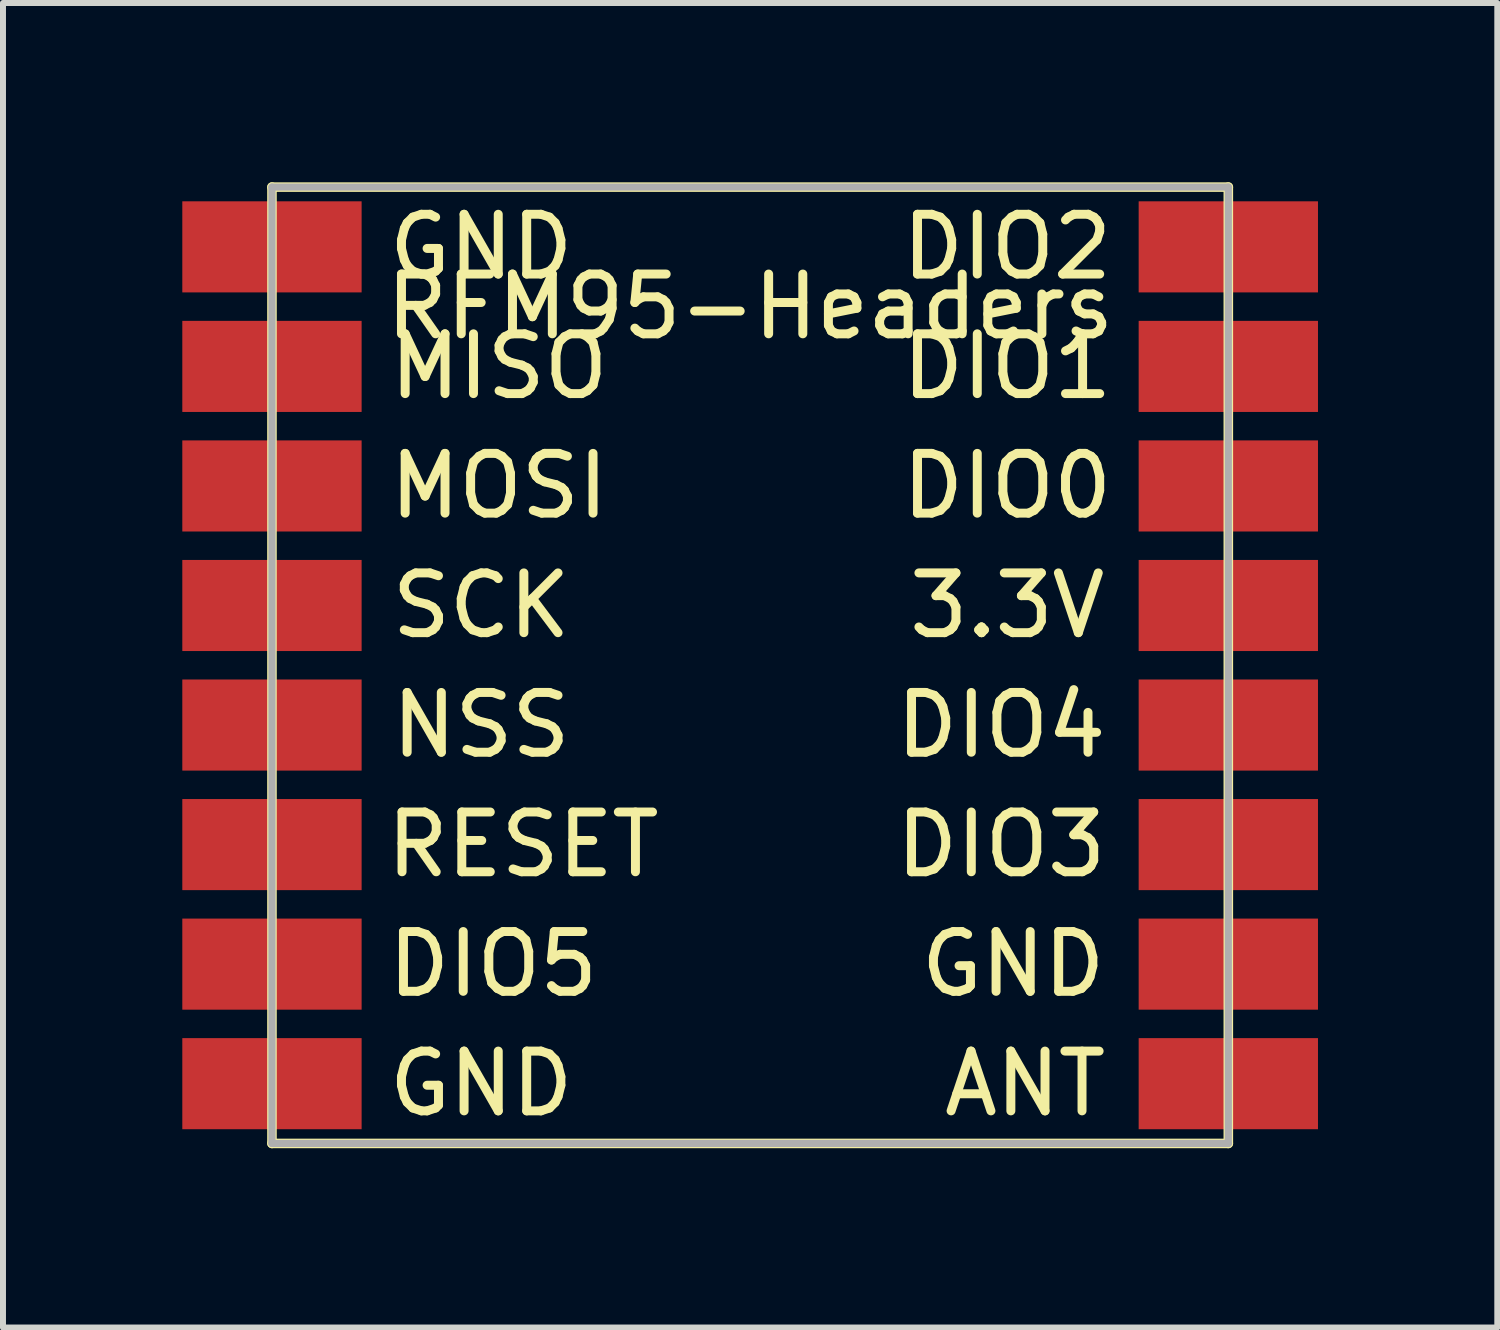
<source format=kicad_pcb>
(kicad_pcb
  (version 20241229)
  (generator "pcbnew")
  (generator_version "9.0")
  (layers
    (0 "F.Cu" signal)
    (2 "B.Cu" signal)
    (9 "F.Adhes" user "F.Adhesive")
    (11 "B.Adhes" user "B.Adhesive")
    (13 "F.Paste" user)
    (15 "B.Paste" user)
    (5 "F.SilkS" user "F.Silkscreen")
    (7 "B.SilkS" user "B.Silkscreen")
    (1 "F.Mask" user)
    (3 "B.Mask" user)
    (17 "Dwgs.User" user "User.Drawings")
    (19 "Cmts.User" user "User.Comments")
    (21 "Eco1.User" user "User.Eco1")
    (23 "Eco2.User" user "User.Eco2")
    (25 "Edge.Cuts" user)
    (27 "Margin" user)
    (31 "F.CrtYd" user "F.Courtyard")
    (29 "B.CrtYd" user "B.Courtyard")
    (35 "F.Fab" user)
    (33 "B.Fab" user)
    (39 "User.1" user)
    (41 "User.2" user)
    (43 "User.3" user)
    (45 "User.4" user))
  (footprint "RFM95-Headers"
    (layer "F.Cu")
    (at 9.5 1.08)
    (property "Reference" "RFM95-Headers" (at 0 1 0) (layer "F.SilkS") (effects (font (size 1 1) (thickness 0.15))))
    (attr through_hole)
    (fp_line (start -8 -1) (end -8 15) (stroke (width 0.16) (type solid)) (layer "F.SilkS"))
    (fp_line (start -8 15) (end 8 15) (stroke (width 0.16) (type solid)) (layer "F.SilkS"))
    (fp_line (start 8 -1) (end -8 -1) (stroke (width 0.16) (type solid)) (layer "F.SilkS"))
    (fp_line (start 8 15) (end 8 -1) (stroke (width 0.16) (type solid)) (layer "F.SilkS"))
    (fp_line (start -8 -1) (end -8 15) (stroke (width 0.12) (type solid)) (layer "F.Fab"))
    (fp_line (start -8 15) (end 8 15) (stroke (width 0.12) (type solid)) (layer "F.Fab"))
    (fp_line (start 8 -1) (end -8 -1) (stroke (width 0.12) (type solid)) (layer "F.Fab"))
    (fp_line (start 8 15) (end 8 -1) (stroke (width 0.12) (type solid)) (layer "F.Fab"))
    (fp_text user "DIO0" (at 4.3 4 0) (layer "F.SilkS") (effects (font (size 1 1) (thickness 0.15))))
    (fp_text user "SCK" (at -4.5 6 0) (layer "F.SilkS") (effects (font (size 1 1) (thickness 0.15))))
    (fp_text user "DIO3" (at 4.2 10 0) (layer "F.SilkS") (effects (font (size 1 1) (thickness 0.15))))
    (fp_text user "GND" (at 4.4 12 0) (layer "F.SilkS") (effects (font (size 1 1) (thickness 0.15))))
    (fp_text user "ANT" (at 4.6 14 0) (layer "F.SilkS") (effects (font (size 1 1) (thickness 0.15))))
    (fp_text user "DIO5" (at -4.3 12 0) (layer "F.SilkS") (effects (font (size 1 1) (thickness 0.15))))
    (fp_text user "3.3V" (at 4.3 6 0) (layer "F.SilkS") (effects (font (size 1 1) (thickness 0.15))))
    (fp_text user "DIO2" (at 4.3 0 0) (layer "F.SilkS") (effects (font (size 1 1) (thickness 0.15))))
    (fp_text user "GND" (at -4.5 14 0) (layer "F.SilkS") (effects (font (size 1 1) (thickness 0.15))))
    (fp_text user "DIO1" (at 4.3 2 0) (layer "F.SilkS") (effects (font (size 1 1) (thickness 0.15))))
    (fp_text user "DIO4" (at 4.2 8 0) (layer "F.SilkS") (effects (font (size 1 1) (thickness 0.15))))
    (fp_text user "RESET" (at -3.8 10 0) (layer "F.SilkS") (effects (font (size 1 1) (thickness 0.15))))
    (fp_text user "GND" (at -4.5 0 0) (layer "F.SilkS") (effects (font (size 1 1) (thickness 0.15))))
    (fp_text user "MISO" (at -4.2 2 0) (layer "F.SilkS") (effects (font (size 1 1) (thickness 0.15))))
    (fp_text user "NSS" (at -4.5 8 0) (layer "F.SilkS") (effects (font (size 1 1) (thickness 0.15))))
    (fp_text user "MOSI" (at -4.2 4 0) (layer "F.SilkS") (effects (font (size 1 1) (thickness 0.15))))
    (pad "1" smd rect (at -7 0 180) (size 3 1.524) (drill (offset 1 0)) (layers "F.Cu" "F.Mask" "F.Paste"))
    (pad "2" smd rect (at -7 2 180) (size 3 1.524) (drill (offset 1 0)) (layers "F.Cu" "F.Mask" "F.Paste"))
    (pad "3" smd rect (at -7 4 180) (size 3 1.524) (drill (offset 1 0)) (layers "F.Cu" "F.Mask" "F.Paste"))
    (pad "4" smd rect (at -7 6 180) (size 3 1.524) (drill (offset 1 0)) (layers "F.Cu" "F.Mask" "F.Paste"))
    (pad "5" smd rect (at -7 8 180) (size 3 1.524) (drill (offset 1 0)) (layers "F.Cu" "F.Mask" "F.Paste"))
    (pad "6" connect rect (at -7 10 180) (size 3 1.524) (drill (offset 1 0)) (layers "F.Cu" "F.Mask"))
    (pad "7" smd rect (at -7 12 180) (size 3 1.524) (drill (offset 1 0)) (layers "F.Cu" "F.Mask" "F.Paste"))
    (pad "8" smd rect (at -7 14 180) (size 3 1.524) (drill (offset 1 0)) (layers "F.Cu" "F.Mask" "F.Paste"))
    (pad "9" smd rect (at 7 0) (size 3 1.524) (drill (offset 1 0)) (layers "F.Cu" "F.Mask" "F.Paste"))
    (pad "10" smd rect (at 7 2) (size 3 1.524) (drill (offset 1 0)) (layers "F.Cu" "F.Mask" "F.Paste"))
    (pad "11" smd rect (at 7 4) (size 3 1.524) (drill (offset 1 0)) (layers "F.Cu" "F.Mask" "F.Paste"))
    (pad "12" smd rect (at 7 6) (size 3 1.524) (drill (offset 1 0)) (layers "F.Cu" "F.Mask" "F.Paste"))
    (pad "13" smd rect (at 7 8) (size 3 1.524) (drill (offset 1 0)) (layers "F.Cu" "F.Mask" "F.Paste"))
    (pad "14" smd rect (at 7 10) (size 3 1.524) (drill (offset 1 0)) (layers "F.Cu" "F.Mask" "F.Paste"))
    (pad "15" smd rect (at 7 12) (size 3 1.524) (drill (offset 1 0)) (layers "F.Cu" "F.Mask" "F.Paste"))
    (pad "16" smd rect (at 7 14) (size 3 1.524) (drill (offset 1 0)) (layers "F.Cu" "F.Mask" "F.Paste")))
  (gr_rect
    (start -3 -3)
    (end 22 19.16)
    (stroke (width 0.1) (type default))
    (fill no)
    (layer "Edge.Cuts")))
</source>
